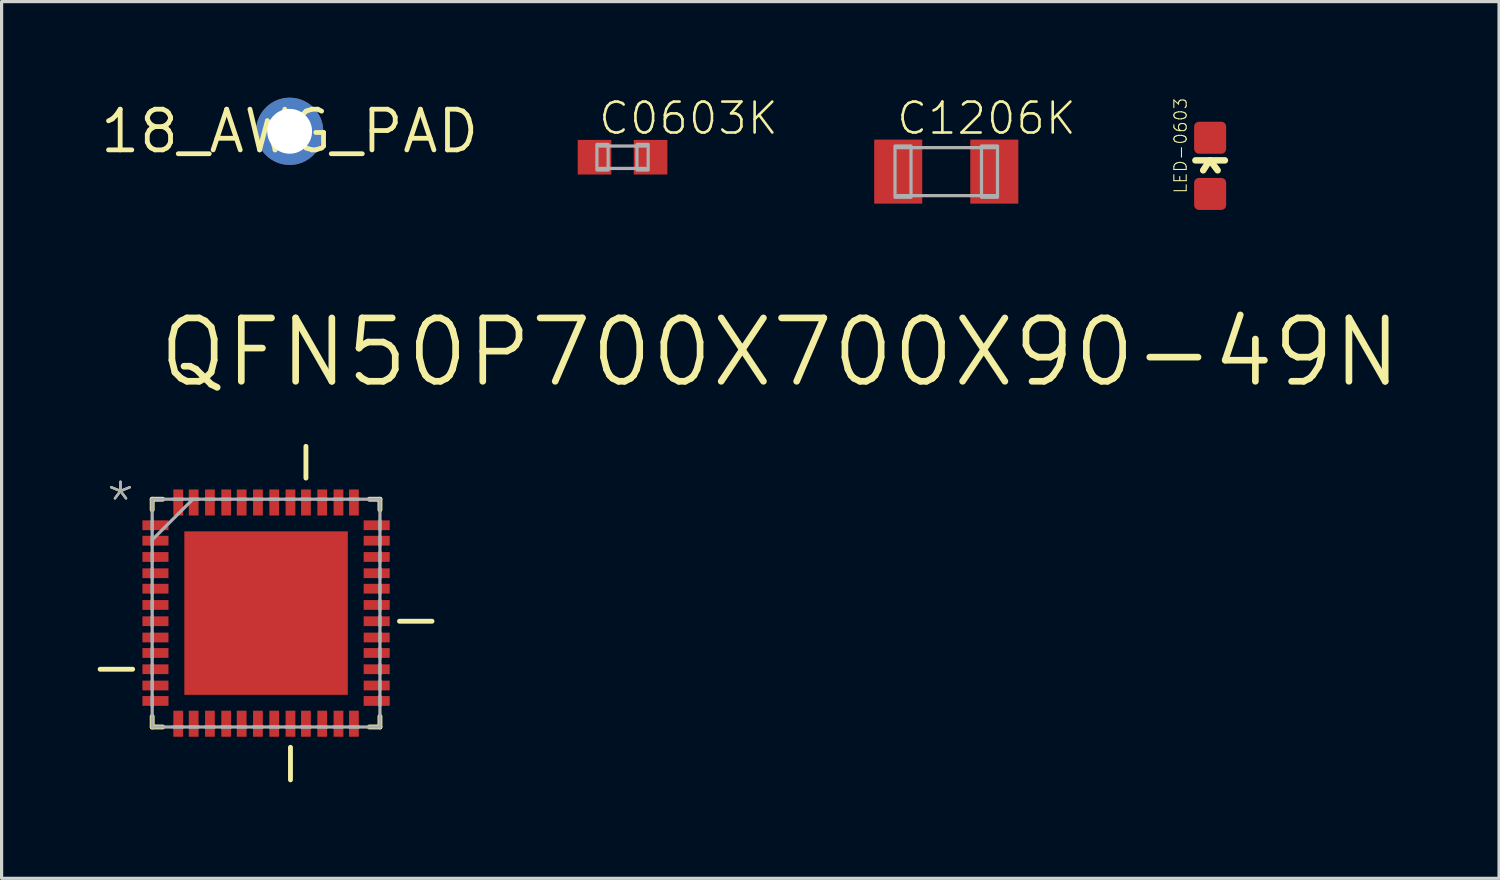
<source format=kicad_pcb>
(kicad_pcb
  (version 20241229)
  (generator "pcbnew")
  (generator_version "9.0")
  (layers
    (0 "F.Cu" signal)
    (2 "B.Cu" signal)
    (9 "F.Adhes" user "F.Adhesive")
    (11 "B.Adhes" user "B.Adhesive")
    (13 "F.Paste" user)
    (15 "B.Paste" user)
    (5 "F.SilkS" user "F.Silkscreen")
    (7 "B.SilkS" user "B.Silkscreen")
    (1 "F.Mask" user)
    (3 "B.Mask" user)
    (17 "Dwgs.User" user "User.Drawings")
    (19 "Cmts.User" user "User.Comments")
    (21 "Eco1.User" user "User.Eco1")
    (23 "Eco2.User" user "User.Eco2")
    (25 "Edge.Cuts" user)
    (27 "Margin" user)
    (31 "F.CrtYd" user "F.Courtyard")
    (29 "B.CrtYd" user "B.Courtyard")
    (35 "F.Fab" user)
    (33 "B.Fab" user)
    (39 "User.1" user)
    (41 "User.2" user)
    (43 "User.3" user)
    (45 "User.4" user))
  (footprint "C0603K"
    (layer "F.Cu")
    (at 16.389 1.859)
    (property "Reference" "C0603K" (at -0.8 -0.65 0) (layer "F.SilkS") (effects (font (size 0.965 0.965) (thickness 0.081)) (justify left bottom)))
    (attr through_hole)
    (fp_line (start -0.725 -0.35) (end 0.725 -0.35) (stroke (width 0.102) (type solid)) (layer "F.Fab"))
    (fp_line (start 0.725 0.35) (end -0.725 0.35) (stroke (width 0.102) (type solid)) (layer "F.Fab"))
    (fp_poly (pts (xy -0.8 0.4) (xy -0.45 0.4) (xy -0.45 -0.4) (xy -0.8 -0.4)) (stroke (width 0.1) (type solid)) (fill no) (layer "F.Fab"))
    (fp_poly (pts (xy 0.45 0.4) (xy 0.8 0.4) (xy 0.8 -0.4) (xy 0.45 -0.4)) (stroke (width 0.1) (type solid)) (fill no) (layer "F.Fab"))
    (pad "1" smd rect (at -0.875 0) (size 1.05 1.08) (layers "F.Cu" "F.Mask" "F.Paste"))
    (pad "2" smd rect (at 0.875 0) (size 1.05 1.08) (layers "F.Cu" "F.Mask" "F.Paste")))
  (footprint "18_AWG_PAD"
    (layer "F.Cu")
    (at 5.994 1.05)
    (property "Reference" "18_AWG_PAD" (at 0 0 0) (layer "F.SilkS") (effects (font (size 1.27 1.27) (thickness 0.15))))
    (attr through_hole)
    (pad "P$1" thru_hole circle (at 0 0) (size 2.1 2.1) (drill 1.4) (layers "*.Cu" "*.Mask")))
  (footprint "LED-0603"
    (layer "F.Cu")
    (at 34.737 2.128)
    (property "Reference" "LED-0603" (at -0.699 0.889 90) (layer "F.SilkS") (effects (font (size 0.386 0.386) (thickness 0.033)) (justify left bottom)))
    (attr through_hole)
    (fp_line (start -0.46 -0.17) (end 0 -0.17) (stroke (width 0.203) (type solid)) (layer "F.SilkS"))
    (fp_line (start -0.025 -0.155) (end -0.218 0.14) (stroke (width 0.203) (type solid)) (layer "F.SilkS"))
    (fp_line (start 0 -0.17) (end 0.234 0.14) (stroke (width 0.203) (type solid)) (layer "F.SilkS"))
    (fp_line (start 0.46 -0.17) (end 0 -0.17) (stroke (width 0.203) (type solid)) (layer "F.SilkS"))
    (pad "A" smd roundrect (at 0 0.877) (size 1 1) (layers "F.Cu" "F.Mask" "F.Paste") (roundrect_rratio 0.15))
    (pad "C" smd roundrect (at 0 -0.877) (size 1 1) (layers "F.Cu" "F.Mask" "F.Paste") (roundrect_rratio 0.15)))
  (footprint "C1206K"
    (layer "F.Cu")
    (at 26.497 2.309)
    (property "Reference" "C1206K" (at -1.6 -1.1 0) (layer "F.SilkS") (effects (font (size 0.965 0.965) (thickness 0.081)) (justify left bottom)))
    (attr through_hole)
    (fp_line (start -1.525 -0.75) (end 1.525 -0.75) (stroke (width 0.102) (type solid)) (layer "F.Fab"))
    (fp_line (start 1.525 0.75) (end -1.525 0.75) (stroke (width 0.102) (type solid)) (layer "F.Fab"))
    (fp_poly (pts (xy -1.6 0.8) (xy -1.1 0.8) (xy -1.1 -0.8) (xy -1.6 -0.8)) (stroke (width 0.1) (type solid)) (fill no) (layer "F.Fab"))
    (fp_poly (pts (xy 1.1 0.8) (xy 1.6 0.8) (xy 1.6 -0.8) (xy 1.1 -0.8)) (stroke (width 0.1) (type solid)) (fill no) (layer "F.Fab"))
    (pad "1" smd rect (at -1.5 0) (size 1.5 2) (layers "F.Cu" "F.Mask" "F.Paste"))
    (pad "2" smd rect (at 1.5 0) (size 1.5 2) (layers "F.Cu" "F.Mask" "F.Paste")))
  (footprint "QFN50P700X700X90-49N"
    (layer "F.Cu")
    (at 5.258 16.094)
    (property "Reference" "QFN50P700X700X90-49N" (at -3.454 -6.985 0) (layer "F.SilkS") (effects (font (size 1.979 1.979) (thickness 0.208)) (justify left bottom)))
    (attr through_hole)
    (fp_line (start -4.166 1.753) (end -5.182 1.753) (stroke (width 0.152) (type solid)) (layer "F.SilkS"))
    (fp_line (start -3.556 -3.556) (end -3.556 -3.226) (stroke (width 0.152) (type solid)) (layer "F.SilkS"))
    (fp_line (start -3.556 3.226) (end -3.556 3.556) (stroke (width 0.152) (type solid)) (layer "F.SilkS"))
    (fp_line (start -3.556 3.556) (end -3.226 3.556) (stroke (width 0.152) (type solid)) (layer "F.SilkS"))
    (fp_line (start -3.226 -3.556) (end -3.556 -3.556) (stroke (width 0.152) (type solid)) (layer "F.SilkS"))
    (fp_line (start 0.762 4.191) (end 0.762 5.207) (stroke (width 0.152) (type solid)) (layer "F.SilkS"))
    (fp_line (start 1.245 -4.216) (end 1.245 -5.207) (stroke (width 0.152) (type solid)) (layer "F.SilkS"))
    (fp_line (start 3.226 3.556) (end 3.556 3.556) (stroke (width 0.152) (type solid)) (layer "F.SilkS"))
    (fp_line (start 3.556 -3.556) (end 3.226 -3.556) (stroke (width 0.152) (type solid)) (layer "F.SilkS"))
    (fp_line (start 3.556 -3.226) (end 3.556 -3.556) (stroke (width 0.152) (type solid)) (layer "F.SilkS"))
    (fp_line (start 3.556 3.556) (end 3.556 3.226) (stroke (width 0.152) (type solid)) (layer "F.SilkS"))
    (fp_line (start 4.166 0.254) (end 5.182 0.254) (stroke (width 0.152) (type solid)) (layer "F.SilkS"))
    (fp_line (start -3.556 -3.556) (end -3.556 3.556) (stroke (width 0.1) (type solid)) (layer "F.Fab"))
    (fp_line (start -3.556 -2.896) (end -3.556 -2.591) (stroke (width 0.1) (type solid)) (layer "F.Fab"))
    (fp_line (start -3.556 -2.388) (end -3.556 -2.108) (stroke (width 0.1) (type solid)) (layer "F.Fab"))
    (fp_line (start -3.556 -2.286) (end -2.286 -3.556) (stroke (width 0.1) (type solid)) (layer "F.Fab"))
    (fp_line (start -3.556 -1.905) (end -3.556 -1.6) (stroke (width 0.1) (type solid)) (layer "F.Fab"))
    (fp_line (start -3.556 -1.397) (end -3.556 -1.092) (stroke (width 0.1) (type solid)) (layer "F.Fab"))
    (fp_line (start -3.556 -0.889) (end -3.556 -0.61) (stroke (width 0.1) (type solid)) (layer "F.Fab"))
    (fp_line (start -3.556 -0.406) (end -3.556 -0.102) (stroke (width 0.1) (type solid)) (layer "F.Fab"))
    (fp_line (start -3.556 0.102) (end -3.556 0.406) (stroke (width 0.1) (type solid)) (layer "F.Fab"))
    (fp_line (start -3.556 0.61) (end -3.556 0.889) (stroke (width 0.1) (type solid)) (layer "F.Fab"))
    (fp_line (start -3.556 1.092) (end -3.556 1.397) (stroke (width 0.1) (type solid)) (layer "F.Fab"))
    (fp_line (start -3.556 1.6) (end -3.556 1.905) (stroke (width 0.1) (type solid)) (layer "F.Fab"))
    (fp_line (start -3.556 2.108) (end -3.556 2.388) (stroke (width 0.1) (type solid)) (layer "F.Fab"))
    (fp_line (start -3.556 2.591) (end -3.556 2.896) (stroke (width 0.1) (type solid)) (layer "F.Fab"))
    (fp_line (start -3.556 3.556) (end 3.556 3.556) (stroke (width 0.1) (type solid)) (layer "F.Fab"))
    (fp_line (start -2.896 3.556) (end -2.591 3.556) (stroke (width 0.1) (type solid)) (layer "F.Fab"))
    (fp_line (start -2.591 -3.556) (end -2.896 -3.556) (stroke (width 0.1) (type solid)) (layer "F.Fab"))
    (fp_line (start -2.388 3.556) (end -2.108 3.556) (stroke (width 0.1) (type solid)) (layer "F.Fab"))
    (fp_line (start -2.108 -3.556) (end -2.388 -3.556) (stroke (width 0.1) (type solid)) (layer "F.Fab"))
    (fp_line (start -1.905 3.556) (end -1.6 3.556) (stroke (width 0.1) (type solid)) (layer "F.Fab"))
    (fp_line (start -1.6 -3.556) (end -1.905 -3.556) (stroke (width 0.1) (type solid)) (layer "F.Fab"))
    (fp_line (start -1.397 3.556) (end -1.092 3.556) (stroke (width 0.1) (type solid)) (layer "F.Fab"))
    (fp_line (start -1.092 -3.556) (end -1.397 -3.556) (stroke (width 0.1) (type solid)) (layer "F.Fab"))
    (fp_line (start -0.889 3.556) (end -0.61 3.556) (stroke (width 0.1) (type solid)) (layer "F.Fab"))
    (fp_line (start -0.61 -3.556) (end -0.889 -3.556) (stroke (width 0.1) (type solid)) (layer "F.Fab"))
    (fp_line (start -0.406 3.556) (end -0.102 3.556) (stroke (width 0.1) (type solid)) (layer "F.Fab"))
    (fp_line (start -0.102 -3.556) (end -0.406 -3.556) (stroke (width 0.1) (type solid)) (layer "F.Fab"))
    (fp_line (start 0.102 3.556) (end 0.406 3.556) (stroke (width 0.1) (type solid)) (layer "F.Fab"))
    (fp_line (start 0.406 -3.556) (end 0.102 -3.556) (stroke (width 0.1) (type solid)) (layer "F.Fab"))
    (fp_line (start 0.61 3.556) (end 0.889 3.556) (stroke (width 0.1) (type solid)) (layer "F.Fab"))
    (fp_line (start 0.889 -3.556) (end 0.61 -3.556) (stroke (width 0.1) (type solid)) (layer "F.Fab"))
    (fp_line (start 1.092 3.556) (end 1.397 3.556) (stroke (width 0.1) (type solid)) (layer "F.Fab"))
    (fp_line (start 1.397 -3.556) (end 1.092 -3.556) (stroke (width 0.1) (type solid)) (layer "F.Fab"))
    (fp_line (start 1.6 3.556) (end 1.905 3.556) (stroke (width 0.1) (type solid)) (layer "F.Fab"))
    (fp_line (start 1.905 -3.556) (end 1.6 -3.556) (stroke (width 0.1) (type solid)) (layer "F.Fab"))
    (fp_line (start 2.108 3.556) (end 2.388 3.556) (stroke (width 0.1) (type solid)) (layer "F.Fab"))
    (fp_line (start 2.388 -3.556) (end 2.108 -3.556) (stroke (width 0.1) (type solid)) (layer "F.Fab"))
    (fp_line (start 2.591 3.556) (end 2.896 3.556) (stroke (width 0.1) (type solid)) (layer "F.Fab"))
    (fp_line (start 2.896 -3.556) (end 2.591 -3.556) (stroke (width 0.1) (type solid)) (layer "F.Fab"))
    (fp_line (start 3.556 -3.556) (end -3.556 -3.556) (stroke (width 0.1) (type solid)) (layer "F.Fab"))
    (fp_line (start 3.556 -2.591) (end 3.556 -2.896) (stroke (width 0.1) (type solid)) (layer "F.Fab"))
    (fp_line (start 3.556 -2.108) (end 3.556 -2.388) (stroke (width 0.1) (type solid)) (layer "F.Fab"))
    (fp_line (start 3.556 -1.6) (end 3.556 -1.905) (stroke (width 0.1) (type solid)) (layer "F.Fab"))
    (fp_line (start 3.556 -1.092) (end 3.556 -1.397) (stroke (width 0.1) (type solid)) (layer "F.Fab"))
    (fp_line (start 3.556 -0.61) (end 3.556 -0.889) (stroke (width 0.1) (type solid)) (layer "F.Fab"))
    (fp_line (start 3.556 -0.102) (end 3.556 -0.406) (stroke (width 0.1) (type solid)) (layer "F.Fab"))
    (fp_line (start 3.556 0.406) (end 3.556 0.102) (stroke (width 0.1) (type solid)) (layer "F.Fab"))
    (fp_line (start 3.556 0.889) (end 3.556 0.61) (stroke (width 0.1) (type solid)) (layer "F.Fab"))
    (fp_line (start 3.556 1.397) (end 3.556 1.092) (stroke (width 0.1) (type solid)) (layer "F.Fab"))
    (fp_line (start 3.556 1.905) (end 3.556 1.6) (stroke (width 0.1) (type solid)) (layer "F.Fab"))
    (fp_line (start 3.556 2.388) (end 3.556 2.108) (stroke (width 0.1) (type solid)) (layer "F.Fab"))
    (fp_line (start 3.556 2.896) (end 3.556 2.591) (stroke (width 0.1) (type solid)) (layer "F.Fab"))
    (fp_line (start 3.556 3.556) (end 3.556 -3.556) (stroke (width 0.1) (type solid)) (layer "F.Fab"))
    (fp_text user "*" (at -5.055 -2.743 0) (layer "F.SilkS") (effects (font (size 1.206 1.206) (thickness 0.076)) (justify left bottom)))
    (fp_text user "*" (at -5.055 -2.743 0) (layer "F.Fab") (effects (font (size 1.206 1.206) (thickness 0.076)) (justify left bottom)))
    (pad "1" smd rect (at -3.454 -2.743 270) (size 0.305 0.813) (layers "F.Cu" "F.Mask" "F.Paste"))
    (pad "2" smd rect (at -3.454 -2.261 270) (size 0.305 0.813) (layers "F.Cu" "F.Mask" "F.Paste"))
    (pad "3" smd rect (at -3.454 -1.753 270) (size 0.305 0.813) (layers "F.Cu" "F.Mask" "F.Paste"))
    (pad "4" smd rect (at -3.454 -1.245 270) (size 0.305 0.813) (layers "F.Cu" "F.Mask" "F.Paste"))
    (pad "5" smd rect (at -3.454 -0.762 270) (size 0.305 0.813) (layers "F.Cu" "F.Mask" "F.Paste"))
    (pad "6" smd rect (at -3.454 -0.254 270) (size 0.305 0.813) (layers "F.Cu" "F.Mask" "F.Paste"))
    (pad "7" smd rect (at -3.454 0.254 270) (size 0.305 0.813) (layers "F.Cu" "F.Mask" "F.Paste"))
    (pad "8" smd rect (at -3.454 0.762 270) (size 0.305 0.813) (layers "F.Cu" "F.Mask" "F.Paste"))
    (pad "9" smd rect (at -3.454 1.245 270) (size 0.305 0.813) (layers "F.Cu" "F.Mask" "F.Paste"))
    (pad "10" smd rect (at -3.454 1.753 270) (size 0.305 0.813) (layers "F.Cu" "F.Mask" "F.Paste"))
    (pad "11" smd rect (at -3.454 2.261 270) (size 0.305 0.813) (layers "F.Cu" "F.Mask" "F.Paste"))
    (pad "12" smd rect (at -3.454 2.743 270) (size 0.305 0.813) (layers "F.Cu" "F.Mask" "F.Paste"))
    (pad "13" smd rect (at -2.743 3.454 180) (size 0.305 0.813) (layers "F.Cu" "F.Mask" "F.Paste"))
    (pad "14" smd rect (at -2.261 3.454 180) (size 0.305 0.813) (layers "F.Cu" "F.Mask" "F.Paste"))
    (pad "15" smd rect (at -1.753 3.454 180) (size 0.305 0.813) (layers "F.Cu" "F.Mask" "F.Paste"))
    (pad "16" smd rect (at -1.245 3.454 180) (size 0.305 0.813) (layers "F.Cu" "F.Mask" "F.Paste"))
    (pad "17" smd rect (at -0.762 3.454 180) (size 0.305 0.813) (layers "F.Cu" "F.Mask" "F.Paste"))
    (pad "18" smd rect (at -0.254 3.454 180) (size 0.305 0.813) (layers "F.Cu" "F.Mask" "F.Paste"))
    (pad "19" smd rect (at 0.254 3.454 180) (size 0.305 0.813) (layers "F.Cu" "F.Mask" "F.Paste"))
    (pad "20" smd rect (at 0.762 3.454 180) (size 0.305 0.813) (layers "F.Cu" "F.Mask" "F.Paste"))
    (pad "21" smd rect (at 1.245 3.454 180) (size 0.305 0.813) (layers "F.Cu" "F.Mask" "F.Paste"))
    (pad "22" smd rect (at 1.753 3.454 180) (size 0.305 0.813) (layers "F.Cu" "F.Mask" "F.Paste"))
    (pad "23" smd rect (at 2.261 3.454 180) (size 0.305 0.813) (layers "F.Cu" "F.Mask" "F.Paste"))
    (pad "24" smd rect (at 2.743 3.454 180) (size 0.305 0.813) (layers "F.Cu" "F.Mask" "F.Paste"))
    (pad "25" smd rect (at 3.454 2.743 270) (size 0.305 0.813) (layers "F.Cu" "F.Mask" "F.Paste"))
    (pad "26" smd rect (at 3.454 2.261 270) (size 0.305 0.813) (layers "F.Cu" "F.Mask" "F.Paste"))
    (pad "27" smd rect (at 3.454 1.753 270) (size 0.305 0.813) (layers "F.Cu" "F.Mask" "F.Paste"))
    (pad "28" smd rect (at 3.454 1.245 270) (size 0.305 0.813) (layers "F.Cu" "F.Mask" "F.Paste"))
    (pad "29" smd rect (at 3.454 0.762 270) (size 0.305 0.813) (layers "F.Cu" "F.Mask" "F.Paste"))
    (pad "30" smd rect (at 3.454 0.254 270) (size 0.305 0.813) (layers "F.Cu" "F.Mask" "F.Paste"))
    (pad "31" smd rect (at 3.454 -0.254 270) (size 0.305 0.813) (layers "F.Cu" "F.Mask" "F.Paste"))
    (pad "32" smd rect (at 3.454 -0.762 270) (size 0.305 0.813) (layers "F.Cu" "F.Mask" "F.Paste"))
    (pad "33" smd rect (at 3.454 -1.245 270) (size 0.305 0.813) (layers "F.Cu" "F.Mask" "F.Paste"))
    (pad "34" smd rect (at 3.454 -1.753 270) (size 0.305 0.813) (layers "F.Cu" "F.Mask" "F.Paste"))
    (pad "35" smd rect (at 3.454 -2.261 270) (size 0.305 0.813) (layers "F.Cu" "F.Mask" "F.Paste"))
    (pad "36" smd rect (at 3.454 -2.743 270) (size 0.305 0.813) (layers "F.Cu" "F.Mask" "F.Paste"))
    (pad "37" smd rect (at 2.743 -3.454 180) (size 0.305 0.813) (layers "F.Cu" "F.Mask" "F.Paste"))
    (pad "38" smd rect (at 2.261 -3.454 180) (size 0.305 0.813) (layers "F.Cu" "F.Mask" "F.Paste"))
    (pad "39" smd rect (at 1.753 -3.454 180) (size 0.305 0.813) (layers "F.Cu" "F.Mask" "F.Paste"))
    (pad "40" smd rect (at 1.245 -3.454 180) (size 0.305 0.813) (layers "F.Cu" "F.Mask" "F.Paste"))
    (pad "41" smd rect (at 0.762 -3.454 180) (size 0.305 0.813) (layers "F.Cu" "F.Mask" "F.Paste"))
    (pad "42" smd rect (at 0.254 -3.454 180) (size 0.305 0.813) (layers "F.Cu" "F.Mask" "F.Paste"))
    (pad "43" smd rect (at -0.254 -3.454 180) (size 0.305 0.813) (layers "F.Cu" "F.Mask" "F.Paste"))
    (pad "44" smd rect (at -0.762 -3.454 180) (size 0.305 0.813) (layers "F.Cu" "F.Mask" "F.Paste"))
    (pad "45" smd rect (at -1.245 -3.454 180) (size 0.305 0.813) (layers "F.Cu" "F.Mask" "F.Paste"))
    (pad "46" smd rect (at -1.753 -3.454 180) (size 0.305 0.813) (layers "F.Cu" "F.Mask" "F.Paste"))
    (pad "47" smd rect (at -2.261 -3.454 180) (size 0.305 0.813) (layers "F.Cu" "F.Mask" "F.Paste"))
    (pad "48" smd rect (at -2.743 -3.454 180) (size 0.305 0.813) (layers "F.Cu" "F.Mask" "F.Paste"))
    (pad "49" smd rect (at 0 0) (size 5.105 5.105) (layers "F.Cu" "F.Mask" "F.Paste")))
  (gr_rect
    (start -3 -3)
    (end 43.758 24.377)
    (stroke (width 0.1) (type default))
    (fill no)
    (layer "Edge.Cuts")))
</source>
